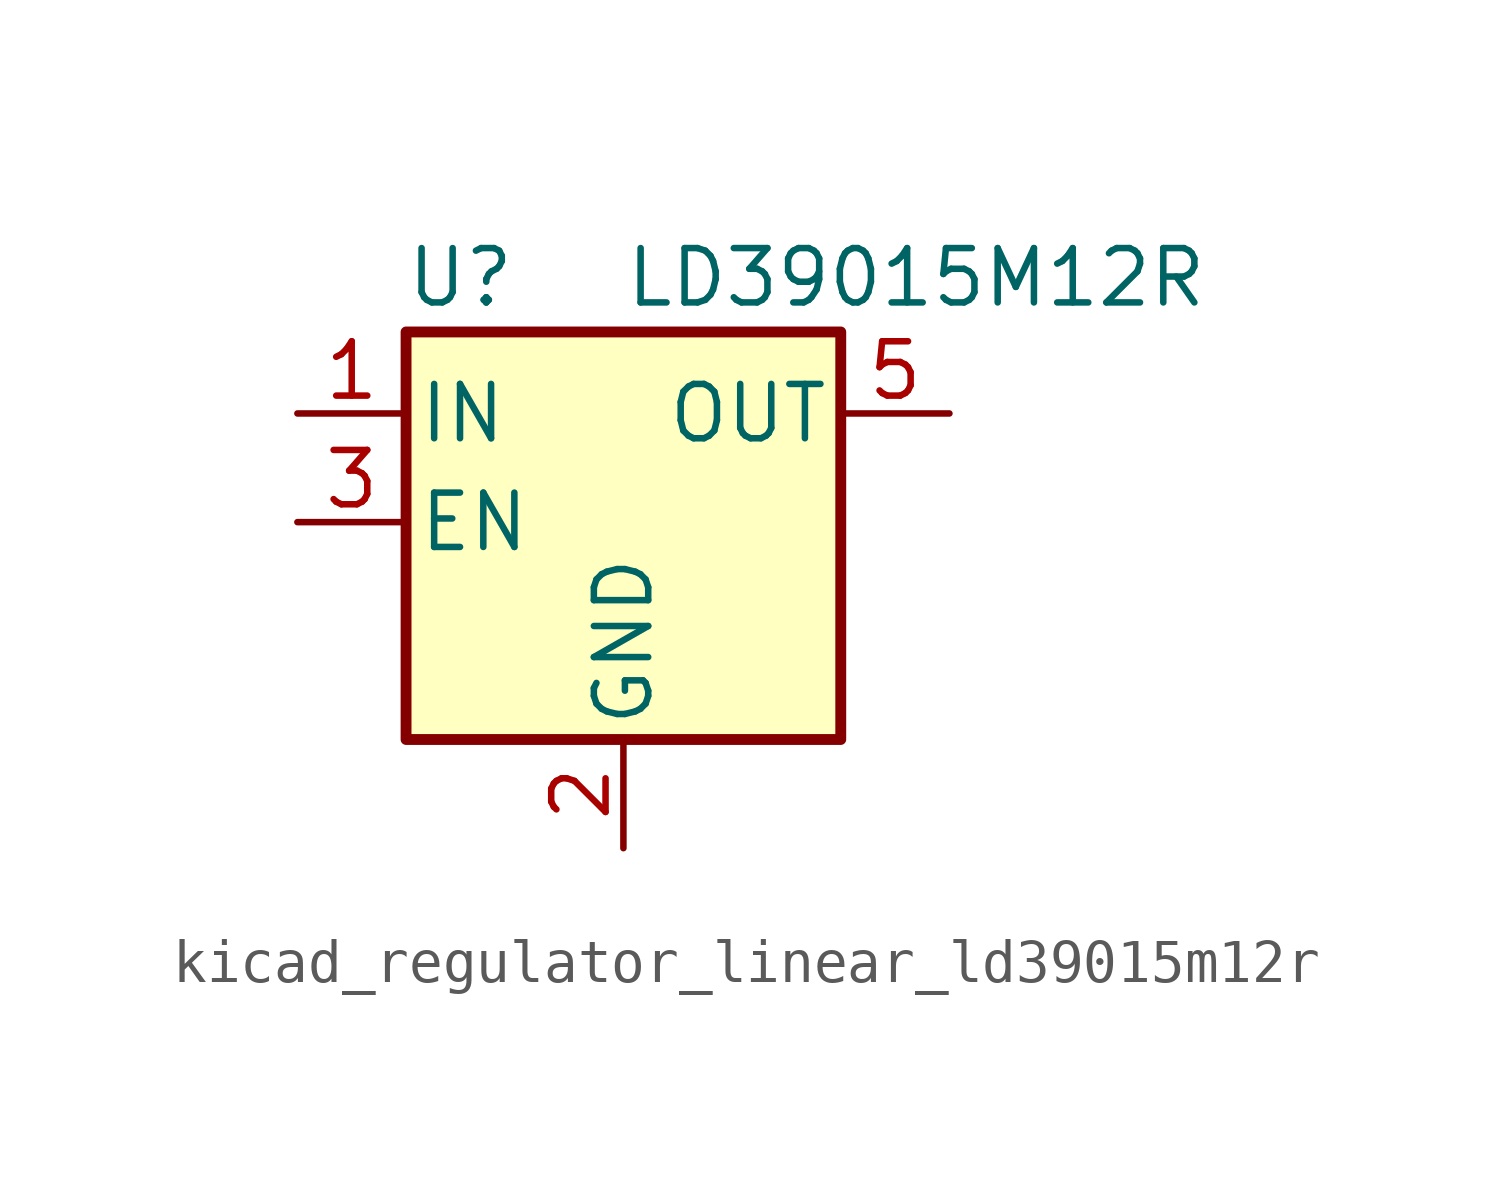
<source format=kicad_sym>
(kicad_symbol_lib
  (version 20220914)
  (generator kicad_symbol_editor)
  (symbol "kicad_regulator_linear_ld39015m12r"
    (pin_names
      (offset 0.254))
    (property "Reference" "U"
      (at -3.81 5.715 0)
      (effects (font (size 1.27 1.27))))
    (property "Value" "LD39015M12R"
      (at 0 5.715 0)
      (effects (font (size 1.27 1.27)) (justify left)))
    (symbol "kicad_regulator_linear_ld39015m12r_0_1"
      (rectangle (start -5.08 4.445) (end 5.08 -5.08) (stroke (width 0.254) (type default)) (fill (type background))))
    (symbol "kicad_regulator_linear_ld39015m12r_1_1"
      (pin power_in line (at -7.62 2.54 0) (length 2.54) (name "IN" (effects (font (size 1.27 1.27)))) (number "1" (effects (font (size 1.27 1.27)))))
      (pin power_in line (at 0 -7.62 90) (length 2.54) (name "GND" (effects (font (size 1.27 1.27)))) (number "2" (effects (font (size 1.27 1.27)))))
      (pin input line (at -7.62 0 0) (length 2.54) (name "EN" (effects (font (size 1.27 1.27)))) (number "3" (effects (font (size 1.27 1.27)))))
      (pin no_connect line (at 5.08 0 180) (length 2.54) hide (name "NC" (effects (font (size 1.27 1.27)))) (number "4" (effects (font (size 1.27 1.27)))))
      (pin power_out line (at 7.62 2.54 180) (length 2.54) (name "OUT" (effects (font (size 1.27 1.27)))) (number "5" (effects (font (size 1.27 1.27))))))))
</source>
